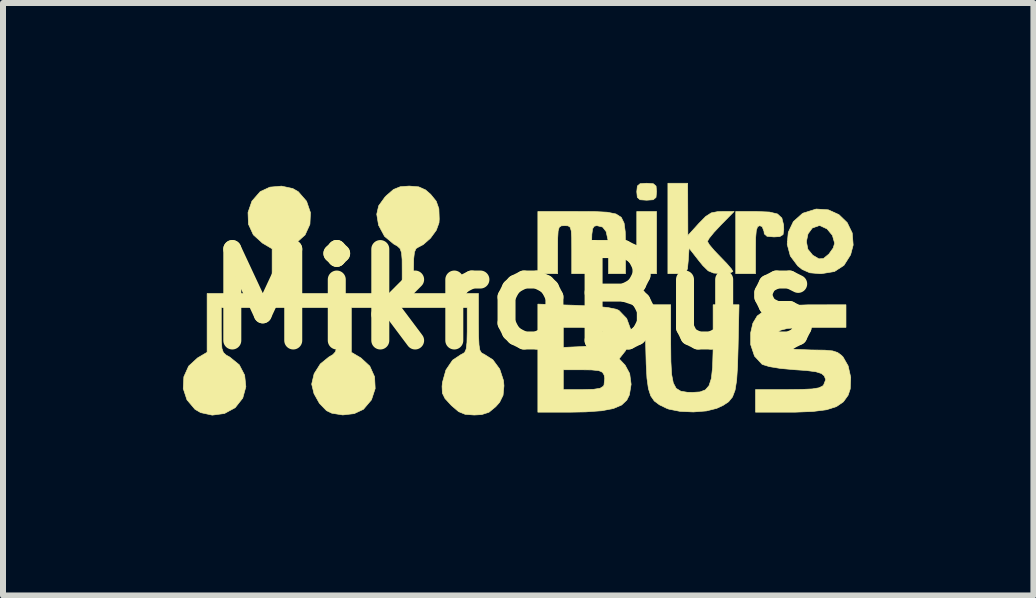
<source format=kicad_pcb>
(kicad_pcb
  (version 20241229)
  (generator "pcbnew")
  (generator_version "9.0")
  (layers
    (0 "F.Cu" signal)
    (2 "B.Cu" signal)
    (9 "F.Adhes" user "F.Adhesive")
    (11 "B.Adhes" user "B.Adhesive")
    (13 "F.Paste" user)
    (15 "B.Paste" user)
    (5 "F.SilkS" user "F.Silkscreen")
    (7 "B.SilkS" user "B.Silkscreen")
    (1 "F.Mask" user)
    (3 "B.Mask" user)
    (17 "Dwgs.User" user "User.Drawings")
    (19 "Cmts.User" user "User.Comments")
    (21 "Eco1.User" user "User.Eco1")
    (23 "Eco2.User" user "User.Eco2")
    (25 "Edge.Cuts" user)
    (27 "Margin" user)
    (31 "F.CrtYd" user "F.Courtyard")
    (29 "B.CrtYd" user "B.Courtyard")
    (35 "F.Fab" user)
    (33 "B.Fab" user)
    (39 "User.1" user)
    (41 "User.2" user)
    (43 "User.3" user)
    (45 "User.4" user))
  (footprint "MikroBus"
    (layer "F.Cu")
    (at 5.54 1.937)
    (property "Reference" "MikroBus" (at 0 0 0) (layer "F.SilkS") (effects (font (size 1.524 1.524) (thickness 0.3))))
    (attr through_hole)
    (fp_poly (pts (xy 2.356 -0.424) (xy 2.026 -0.424) (xy 2.026 -1.461) (xy 2.356 -1.461) (xy 2.356 -0.424)) (stroke (width 0.01) (type solid)) (fill yes) (layer "F.SilkS"))
    (fp_poly (pts (xy 2.302 -1.924) (xy 2.348 -1.884) (xy 2.356 -1.791) (xy 2.347 -1.696) (xy 2.3 -1.657) (xy 2.191 -1.649) (xy 2.08 -1.657) (xy 2.035 -1.697) (xy 2.026 -1.791) (xy 2.036 -1.886) (xy 2.082 -1.925) (xy 2.191 -1.932) (xy 2.302 -1.924)) (stroke (width 0.01) (type solid)) (fill yes) (layer "F.SilkS"))
    (fp_poly (pts (xy 4.238 -1.452) (xy 4.372 -1.42) (xy 4.445 -1.352) (xy 4.474 -1.237) (xy 4.477 -1.158) (xy 4.465 -1.076) (xy 4.411 -1.043) (xy 4.312 -1.037) (xy 4.198 -1.047) (xy 4.152 -1.088) (xy 4.147 -1.131) (xy 4.117 -1.208) (xy 4.076 -1.225) (xy 4.041 -1.208) (xy 4.019 -1.146) (xy 4.008 -1.022) (xy 4.006 -0.825) (xy 4.006 -0.424) (xy 3.676 -0.424) (xy 3.676 -1.461) (xy 4.027 -1.461) (xy 4.238 -1.452)) (stroke (width 0.01) (type solid)) (fill yes) (layer "F.SilkS"))
    (fp_poly (pts (xy 2.878 -1.06) (xy 3.06 -1.261) (xy 3.175 -1.378) (xy 3.268 -1.438) (xy 3.376 -1.459) (xy 3.445 -1.461) (xy 3.649 -1.461) (xy 3.427 -1.235) (xy 3.314 -1.114) (xy 3.234 -1.016) (xy 3.204 -0.962) (xy 3.236 -0.907) (xy 3.318 -0.81) (xy 3.417 -0.707) (xy 3.527 -0.593) (xy 3.604 -0.503) (xy 3.629 -0.461) (xy 3.587 -0.439) (xy 3.481 -0.427) (xy 3.428 -0.426) (xy 3.306 -0.435) (xy 3.217 -0.472) (xy 3.129 -0.558) (xy 3.063 -0.639) (xy 2.898 -0.85) (xy 2.884 -0.637) (xy 2.871 -0.506) (xy 2.842 -0.444) (xy 2.775 -0.425) (xy 2.707 -0.424) (xy 2.545 -0.424) (xy 2.545 -1.932) (xy 2.875 -1.932) (xy 2.878 -1.06)) (stroke (width 0.01) (type solid)) (fill yes) (layer "F.SilkS"))
    (fp_poly (pts (xy 1.323 -1.46) (xy 1.535 -1.449) (xy 1.679 -1.42) (xy 1.768 -1.363) (xy 1.815 -1.267) (xy 1.834 -1.123) (xy 1.838 -0.92) (xy 1.838 -0.424) (xy 1.555 -0.424) (xy 1.555 -0.768) (xy 1.546 -0.987) (xy 1.515 -1.127) (xy 1.456 -1.202) (xy 1.362 -1.225) (xy 1.357 -1.225) (xy 1.316 -1.215) (xy 1.29 -1.173) (xy 1.277 -1.08) (xy 1.273 -0.919) (xy 1.272 -0.825) (xy 1.272 -0.424) (xy 0.942 -0.424) (xy 0.942 -0.825) (xy 0.941 -1.019) (xy 0.934 -1.137) (xy 0.916 -1.198) (xy 0.881 -1.222) (xy 0.825 -1.225) (xy 0.768 -1.222) (xy 0.733 -1.198) (xy 0.715 -1.136) (xy 0.708 -1.017) (xy 0.707 -0.825) (xy 0.707 -0.424) (xy 0.377 -0.424) (xy 0.377 -1.461) (xy 1.029 -1.461) (xy 1.323 -1.46)) (stroke (width 0.01) (type solid)) (fill yes) (layer "F.SilkS"))
    (fp_poly (pts (xy 5.219 -1.489) (xy 5.396 -1.409) (xy 5.534 -1.276) (xy 5.618 -1.103) (xy 5.634 -0.902) (xy 5.591 -0.739) (xy 5.48 -0.563) (xy 5.322 -0.46) (xy 5.102 -0.424) (xy 5.08 -0.424) (xy 4.911 -0.439) (xy 4.785 -0.494) (xy 4.71 -0.554) (xy 4.586 -0.72) (xy 4.534 -0.915) (xy 4.538 -0.959) (xy 4.854 -0.959) (xy 4.879 -0.831) (xy 4.959 -0.733) (xy 5.062 -0.672) (xy 5.137 -0.676) (xy 5.225 -0.748) (xy 5.231 -0.754) (xy 5.301 -0.852) (xy 5.325 -0.932) (xy 5.288 -1.063) (xy 5.198 -1.171) (xy 5.083 -1.224) (xy 5.065 -1.225) (xy 4.953 -1.186) (xy 4.881 -1.088) (xy 4.854 -0.959) (xy 4.538 -0.959) (xy 4.552 -1.114) (xy 4.637 -1.293) (xy 4.787 -1.427) (xy 4.805 -1.436) (xy 5.017 -1.502) (xy 5.219 -1.489)) (stroke (width 0.01) (type solid)) (fill yes) (layer "F.SilkS"))
    (fp_poly (pts (xy 2.592 0.747) (xy 2.595 1.041) (xy 2.607 1.254) (xy 2.635 1.398) (xy 2.683 1.488) (xy 2.76 1.535) (xy 2.869 1.553) (xy 2.958 1.555) (xy 3.081 1.547) (xy 3.17 1.513) (xy 3.231 1.442) (xy 3.27 1.321) (xy 3.29 1.137) (xy 3.298 0.877) (xy 3.299 0.72) (xy 3.299 0.094) (xy 3.731 0.094) (xy 3.715 0.82) (xy 3.706 1.126) (xy 3.691 1.354) (xy 3.665 1.517) (xy 3.622 1.631) (xy 3.557 1.711) (xy 3.465 1.772) (xy 3.359 1.821) (xy 3.188 1.864) (xy 2.969 1.881) (xy 2.746 1.871) (xy 2.56 1.834) (xy 2.521 1.819) (xy 2.404 1.762) (xy 2.318 1.698) (xy 2.259 1.613) (xy 2.22 1.492) (xy 2.196 1.32) (xy 2.183 1.081) (xy 2.176 0.82) (xy 2.161 0.094) (xy 2.592 0.094) (xy 2.592 0.747)) (stroke (width 0.01) (type solid)) (fill yes) (layer "F.SilkS"))
    (fp_poly (pts (xy 1.001 0.103) (xy 1.318 0.118) (xy 1.545 0.14) (xy 1.687 0.17) (xy 1.728 0.188) (xy 1.858 0.323) (xy 1.923 0.5) (xy 1.917 0.69) (xy 1.836 0.864) (xy 1.832 0.868) (xy 1.732 0.995) (xy 1.832 1.101) (xy 1.908 1.241) (xy 1.932 1.42) (xy 1.903 1.597) (xy 1.86 1.684) (xy 1.774 1.765) (xy 1.639 1.823) (xy 1.443 1.861) (xy 1.174 1.88) (xy 0.907 1.885) (xy 0.377 1.885) (xy 0.377 1.178) (xy 0.801 1.178) (xy 0.801 1.508) (xy 1.126 1.508) (xy 1.308 1.503) (xy 1.415 1.486) (xy 1.469 1.452) (xy 1.48 1.431) (xy 1.492 1.32) (xy 1.482 1.266) (xy 1.454 1.219) (xy 1.391 1.192) (xy 1.272 1.18) (xy 1.128 1.178) (xy 0.801 1.178) (xy 0.377 1.178) (xy 0.377 0.471) (xy 0.801 0.471) (xy 0.801 0.805) (xy 1.114 0.791) (xy 1.306 0.775) (xy 1.422 0.745) (xy 1.477 0.699) (xy 1.503 0.599) (xy 1.442 0.526) (xy 1.296 0.483) (xy 1.102 0.471) (xy 0.801 0.471) (xy 0.377 0.471) (xy 0.377 0.083) (xy 1.001 0.103)) (stroke (width 0.01) (type solid)) (fill yes) (layer "F.SilkS"))
    (fp_poly (pts (xy 5.514 0.471) (xy 4.981 0.471) (xy 4.719 0.475) (xy 4.538 0.489) (xy 4.423 0.518) (xy 4.361 0.565) (xy 4.337 0.636) (xy 4.335 0.67) (xy 4.37 0.75) (xy 4.479 0.804) (xy 4.667 0.837) (xy 4.941 0.848) (xy 4.966 0.848) (xy 5.163 0.851) (xy 5.291 0.863) (xy 5.374 0.89) (xy 5.438 0.937) (xy 5.464 0.963) (xy 5.55 1.113) (xy 5.593 1.305) (xy 5.585 1.497) (xy 5.55 1.602) (xy 5.471 1.712) (xy 5.356 1.791) (xy 5.191 1.844) (xy 4.963 1.873) (xy 4.659 1.885) (xy 4.583 1.885) (xy 4.006 1.885) (xy 4.006 1.508) (xy 4.542 1.508) (xy 4.786 1.505) (xy 4.953 1.497) (xy 5.06 1.479) (xy 5.121 1.451) (xy 5.14 1.433) (xy 5.176 1.342) (xy 5.152 1.28) (xy 5.105 1.24) (xy 5.012 1.211) (xy 4.855 1.19) (xy 4.66 1.177) (xy 4.425 1.156) (xy 4.239 1.126) (xy 4.123 1.09) (xy 4.113 1.084) (xy 3.989 0.95) (xy 3.925 0.759) (xy 3.925 0.561) (xy 3.962 0.401) (xy 4.034 0.281) (xy 4.15 0.195) (xy 4.323 0.139) (xy 4.563 0.107) (xy 4.883 0.095) (xy 4.983 0.095) (xy 5.514 0.094) (xy 5.514 0.471)) (stroke (width 0.01) (type solid)) (fill yes) (layer "F.SilkS"))
    (fp_poly (pts (xy -1.609 -1.872) (xy -1.495 -1.821) (xy -1.41 -1.747) (xy -1.317 -1.632) (xy -1.273 -1.507) (xy -1.267 -1.335) (xy -1.271 -1.272) (xy -1.316 -1.149) (xy -1.413 -1.016) (xy -1.534 -0.909) (xy -1.611 -0.869) (xy -1.654 -0.843) (xy -1.68 -0.784) (xy -1.693 -0.673) (xy -1.696 -0.49) (xy -1.696 -0.468) (xy -1.696 -0.094) (xy -0.613 -0.094) (xy -0.613 0.397) (xy -0.611 0.619) (xy -0.604 0.764) (xy -0.59 0.851) (xy -0.563 0.896) (xy -0.522 0.918) (xy -0.52 0.918) (xy -0.374 1.01) (xy -0.259 1.166) (xy -0.196 1.357) (xy -0.188 1.445) (xy -0.203 1.603) (xy -0.261 1.721) (xy -0.326 1.794) (xy -0.438 1.886) (xy -0.559 1.925) (xy -0.684 1.932) (xy -0.834 1.921) (xy -0.944 1.876) (xy -1.061 1.776) (xy -1.071 1.766) (xy -1.171 1.657) (xy -1.215 1.567) (xy -1.22 1.454) (xy -1.213 1.386) (xy -1.156 1.182) (xy -1.045 1.018) (xy -0.898 0.92) (xy -0.888 0.917) (xy -0.844 0.89) (xy -0.818 0.832) (xy -0.805 0.723) (xy -0.801 0.542) (xy -0.801 0.515) (xy -0.801 0.141) (xy -2.733 0.141) (xy -2.733 0.886) (xy -2.573 0.98) (xy -2.425 1.117) (xy -2.345 1.295) (xy -2.335 1.491) (xy -2.397 1.679) (xy -2.531 1.837) (xy -2.531 1.837) (xy -2.685 1.909) (xy -2.875 1.931) (xy -3.058 1.902) (xy -3.147 1.859) (xy -3.265 1.737) (xy -3.355 1.576) (xy -3.393 1.42) (xy -3.393 1.414) (xy -3.353 1.244) (xy -3.25 1.081) (xy -3.109 0.966) (xy -3.04 0.925) (xy -2.998 0.879) (xy -2.977 0.803) (xy -2.97 0.674) (xy -2.969 0.517) (xy -2.969 0.141) (xy -4.901 0.141) (xy -4.901 0.517) (xy -4.899 0.705) (xy -4.89 0.821) (xy -4.866 0.89) (xy -4.819 0.933) (xy -4.758 0.967) (xy -4.601 1.095) (xy -4.511 1.268) (xy -4.491 1.461) (xy -4.543 1.65) (xy -4.67 1.811) (xy -4.671 1.811) (xy -4.848 1.907) (xy -5.051 1.934) (xy -5.245 1.892) (xy -5.339 1.837) (xy -5.473 1.679) (xy -5.535 1.491) (xy -5.525 1.295) (xy -5.445 1.117) (xy -5.296 0.98) (xy -5.296 0.98) (xy -5.137 0.886) (xy -5.137 -0.094) (xy -4.053 -0.094) (xy -4.053 -0.839) (xy -4.215 -0.935) (xy -4.367 -1.073) (xy -4.448 -1.25) (xy -4.455 -1.445) (xy -4.39 -1.634) (xy -4.252 -1.792) (xy -4.091 -1.867) (xy -3.896 -1.884) (xy -3.709 -1.844) (xy -3.618 -1.792) (xy -3.479 -1.632) (xy -3.414 -1.442) (xy -3.423 -1.248) (xy -3.504 -1.07) (xy -3.655 -0.935) (xy -3.817 -0.839) (xy -3.817 -0.094) (xy -1.885 -0.094) (xy -1.885 -0.47) (xy -1.886 -0.658) (xy -1.896 -0.774) (xy -1.92 -0.843) (xy -1.967 -0.886) (xy -2.026 -0.919) (xy -2.179 -1.047) (xy -2.279 -1.233) (xy -2.309 -1.416) (xy -2.277 -1.556) (xy -2.173 -1.7) (xy -2.149 -1.725) (xy -2.03 -1.828) (xy -1.917 -1.874) (xy -1.768 -1.885) (xy -1.609 -1.872)) (stroke (width 0.01) (type solid)) (fill yes) (layer "F.SilkS")))
  (gr_rect
    (start -3 -3)
    (end 14.179 6.877)
    (stroke (width 0.1) (type default))
    (fill no)
    (layer "Edge.Cuts")))
</source>
